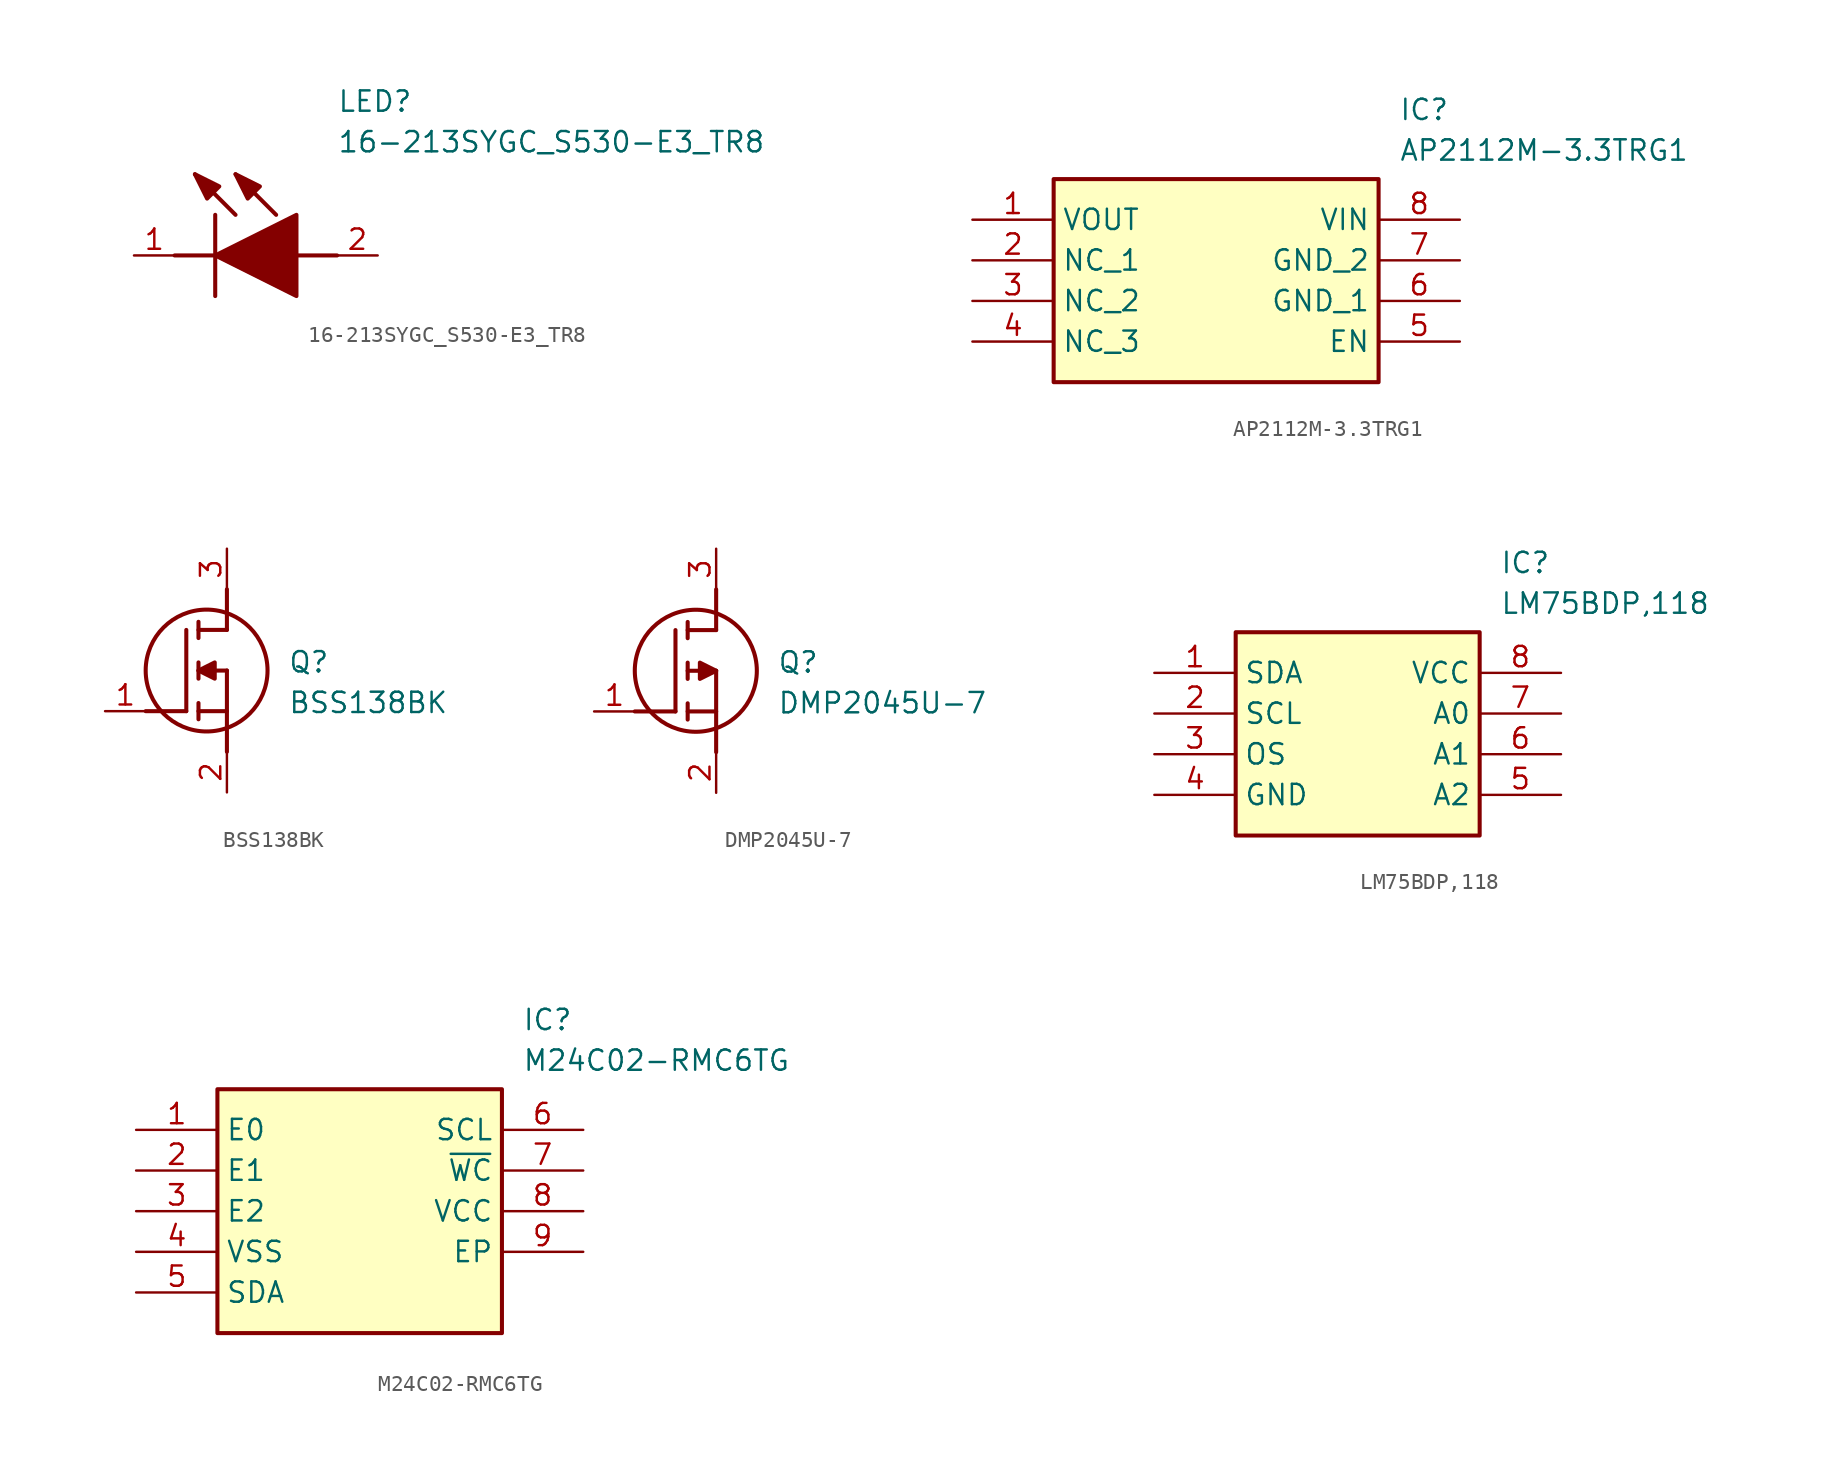
<source format=kicad_sym>
(kicad_symbol_lib
  (version 20231120)
  (generator "kicad_symbol_editor")
  (generator_version "8.0")
  (symbol "16-213SYGC_S530-E3_TR8"
    (pin_names hide)
    (property "Reference" "LED"
      (at 12.7 8.89 0)
      (effects (font (size 1.27 1.27)) (justify left bottom)))
    (property "Value" "16-213SYGC_S530-E3_TR8"
      (at 12.7 6.35 0)
      (effects (font (size 1.27 1.27)) (justify left bottom)))
    (symbol "16-213SYGC_S530-E3_TR8_1_1"
      (polyline (pts (xy 2.54 0) (xy 5.08 0)) (stroke (width 0.254) (type default)) (fill (type none)))
      (polyline (pts (xy 5.08 2.54) (xy 5.08 -2.54)) (stroke (width 0.254) (type default)) (fill (type none)))
      (polyline (pts (xy 6.35 2.54) (xy 3.81 5.08)) (stroke (width 0.254) (type default)) (fill (type none)))
      (polyline (pts (xy 8.89 2.54) (xy 6.35 5.08)) (stroke (width 0.254) (type default)) (fill (type none)))
      (polyline (pts (xy 10.16 0) (xy 12.7 0)) (stroke (width 0.254) (type default)) (fill (type none)))
      (polyline (pts (xy 5.08 0) (xy 10.16 2.54) (xy 10.16 -2.54) (xy 5.08 0)) (stroke (width 0.254) (type default)) (fill (type outline)))
      (polyline (pts (xy 5.334 4.318) (xy 4.572 3.556) (xy 3.81 5.08) (xy 5.334 4.318)) (stroke (width 0.254) (type default)) (fill (type outline)))
      (polyline (pts (xy 7.874 4.318) (xy 7.112 3.556) (xy 6.35 5.08) (xy 7.874 4.318)) (stroke (width 0.254) (type default)) (fill (type outline)))
      (pin passive line (at 0 0 0) (length 2.54) (name "K" (effects (font (size 1.27 1.27)))) (number "1" (effects (font (size 1.27 1.27)))))
      (pin passive line (at 15.24 0 180) (length 2.54) (name "A" (effects (font (size 1.27 1.27)))) (number "2" (effects (font (size 1.27 1.27)))))))
  (symbol "AP2112M-3.3TRG1"
    (property "Reference" "IC"
      (at 26.67 7.62 0)
      (effects (font (size 1.27 1.27)) (justify left top)))
    (property "Value" "AP2112M-3.3TRG1"
      (at 26.67 5.08 0)
      (effects (font (size 1.27 1.27)) (justify left top)))
    (symbol "AP2112M-3.3TRG1_1_1"
      (rectangle (start 5.08 2.54) (end 25.4 -10.16) (stroke (width 0.254) (type default)) (fill (type background)))
      (pin passive line (at 0 0 0) (length 5.08) (name "VOUT" (effects (font (size 1.27 1.27)))) (number "1" (effects (font (size 1.27 1.27)))))
      (pin passive line (at 0 -2.54 0) (length 5.08) (name "NC_1" (effects (font (size 1.27 1.27)))) (number "2" (effects (font (size 1.27 1.27)))))
      (pin passive line (at 0 -5.08 0) (length 5.08) (name "NC_2" (effects (font (size 1.27 1.27)))) (number "3" (effects (font (size 1.27 1.27)))))
      (pin passive line (at 0 -7.62 0) (length 5.08) (name "NC_3" (effects (font (size 1.27 1.27)))) (number "4" (effects (font (size 1.27 1.27)))))
      (pin passive line (at 30.48 -7.62 180) (length 5.08) (name "EN" (effects (font (size 1.27 1.27)))) (number "5" (effects (font (size 1.27 1.27)))))
      (pin passive line (at 30.48 -5.08 180) (length 5.08) (name "GND_1" (effects (font (size 1.27 1.27)))) (number "6" (effects (font (size 1.27 1.27)))))
      (pin passive line (at 30.48 -2.54 180) (length 5.08) (name "GND_2" (effects (font (size 1.27 1.27)))) (number "7" (effects (font (size 1.27 1.27)))))
      (pin passive line (at 30.48 0 180) (length 5.08) (name "VIN" (effects (font (size 1.27 1.27)))) (number "8" (effects (font (size 1.27 1.27)))))))
  (symbol "BSS138BK"
    (pin_names hide)
    (property "Reference" "Q"
      (at 11.43 3.81 0)
      (effects (font (size 1.27 1.27)) (justify left top)))
    (property "Value" "BSS138BK"
      (at 11.43 1.27 0)
      (effects (font (size 1.27 1.27)) (justify left top)))
    (polyline
      (pts (xy 7.62 2.54) (xy 7.62 -2.54))
      (stroke (width 0.254) (type default))
      (fill (type none)))
    (polyline
      (pts (xy 7.62 5.08) (xy 7.62 7.62))
      (stroke (width 0.254) (type default))
      (fill (type none)))
    (polyline
      (pts (xy 2.54 0) (xy 5.08 0))
      (stroke (width 0.254) (type default))
      (fill (type none)))
    (polyline
      (pts (xy 5.08 5.08) (xy 5.08 0))
      (stroke (width 0.254) (type default))
      (fill (type none)))
    (polyline
      (pts (xy 7.62 2.54) (xy 5.842 2.54))
      (stroke (width 0.254) (type default))
      (fill (type none)))
    (polyline
      (pts (xy 7.62 5.08) (xy 5.842 5.08))
      (stroke (width 0.254) (type default))
      (fill (type none)))
    (polyline
      (pts (xy 5.842 0) (xy 7.62 0))
      (stroke (width 0.254) (type default))
      (fill (type none)))
    (polyline
      (pts (xy 5.842 5.588) (xy 5.842 4.572))
      (stroke (width 0.254) (type default))
      (fill (type none)))
    (polyline
      (pts (xy 5.842 -0.508) (xy 5.842 0.508))
      (stroke (width 0.254) (type default))
      (fill (type none)))
    (polyline
      (pts (xy 5.842 2.032) (xy 5.842 3.048))
      (stroke (width 0.254) (type default))
      (fill (type none)))
    (circle
      (center 6.35 2.54)
      (radius 3.81)
      (stroke (width 0.254) (type default))
      (fill (type none)))
    (polyline
      (pts (xy 5.842 2.54) (xy 6.858 3.048) (xy 6.858 2.032) (xy 5.842 2.54))
      (stroke (width 0.254) (type default))
      (fill (type outline)))
    (pin passive line
      (at 0 0 0)
      (length 2.54)
      (name "G" (effects (font (size 1.27 1.27))))
      (number "1" (effects (font (size 1.27 1.27)))))
    (pin passive line
      (at 7.62 10.16 270)
      (length 2.54)
      (name "D" (effects (font (size 1.27 1.27))))
      (number "3" (effects (font (size 1.27 1.27)))))
    (pin passive line
      (at 7.62 -5.08 90)
      (length 2.54)
      (name "S" (effects (font (size 1.27 1.27))))
      (number "2" (effects (font (size 1.27 1.27))))))
  (symbol "DMP2045U-7"
    (pin_names hide)
    (property "Reference" "Q"
      (at 11.43 3.81 0)
      (effects (font (size 1.27 1.27)) (justify left top)))
    (property "Value" "DMP2045U-7"
      (at 11.43 1.27 0)
      (effects (font (size 1.27 1.27)) (justify left top)))
    (symbol "DMP2045U-7_1_1"
      (polyline (pts (xy 2.54 0) (xy 5.08 0)) (stroke (width 0.254) (type default)) (fill (type none)))
      (polyline (pts (xy 5.08 5.08) (xy 5.08 0)) (stroke (width 0.254) (type default)) (fill (type none)))
      (polyline (pts (xy 5.842 -0.508) (xy 5.842 0.508)) (stroke (width 0.254) (type default)) (fill (type none)))
      (polyline (pts (xy 5.842 0) (xy 7.62 0)) (stroke (width 0.254) (type default)) (fill (type none)))
      (polyline (pts (xy 5.842 2.032) (xy 5.842 3.048)) (stroke (width 0.254) (type default)) (fill (type none)))
      (polyline (pts (xy 5.842 5.588) (xy 5.842 4.572)) (stroke (width 0.254) (type default)) (fill (type none)))
      (polyline (pts (xy 7.62 2.54) (xy 5.842 2.54)) (stroke (width 0.254) (type default)) (fill (type none)))
      (polyline (pts (xy 7.62 2.54) (xy 7.62 -2.54)) (stroke (width 0.254) (type default)) (fill (type none)))
      (polyline (pts (xy 7.62 5.08) (xy 5.842 5.08)) (stroke (width 0.254) (type default)) (fill (type none)))
      (polyline (pts (xy 7.62 5.08) (xy 7.62 7.62)) (stroke (width 0.254) (type default)) (fill (type none)))
      (polyline (pts (xy 7.62 2.54) (xy 6.604 3.048) (xy 6.604 2.032) (xy 7.62 2.54)) (stroke (width 0.254) (type default)) (fill (type outline)))
      (circle (center 6.35 2.54) (radius 3.81) (stroke (width 0.254) (type default)) (fill (type none)))
      (pin passive line (at 0 0 0) (length 2.54) (name "G" (effects (font (size 1.27 1.27)))) (number "1" (effects (font (size 1.27 1.27)))))
      (pin passive line (at 7.62 -5.08 90) (length 2.54) (name "S" (effects (font (size 1.27 1.27)))) (number "2" (effects (font (size 1.27 1.27)))))
      (pin passive line (at 7.62 10.16 270) (length 2.54) (name "D" (effects (font (size 1.27 1.27)))) (number "3" (effects (font (size 1.27 1.27)))))))
  (symbol "LM75BDP,118"
    (property "Reference" "IC"
      (at 21.59 7.62 0)
      (effects (font (size 1.27 1.27)) (justify left top)))
    (property "Value" "LM75BDP,118"
      (at 21.59 5.08 0)
      (effects (font (size 1.27 1.27)) (justify left top)))
    (rectangle
      (start 5.08 2.54)
      (end 20.32 -10.16)
      (stroke (width 0.254) (type default))
      (fill (type background)))
    (pin passive line
      (at 0 0 0)
      (length 5.08)
      (name "SDA" (effects (font (size 1.27 1.27))))
      (number "1" (effects (font (size 1.27 1.27)))))
    (pin passive line
      (at 0 -2.54 0)
      (length 5.08)
      (name "SCL" (effects (font (size 1.27 1.27))))
      (number "2" (effects (font (size 1.27 1.27)))))
    (pin passive line
      (at 0 -5.08 0)
      (length 5.08)
      (name "OS" (effects (font (size 1.27 1.27))))
      (number "3" (effects (font (size 1.27 1.27)))))
    (pin passive line
      (at 0 -7.62 0)
      (length 5.08)
      (name "GND" (effects (font (size 1.27 1.27))))
      (number "4" (effects (font (size 1.27 1.27)))))
    (pin passive line
      (at 25.4 0 180)
      (length 5.08)
      (name "VCC" (effects (font (size 1.27 1.27))))
      (number "8" (effects (font (size 1.27 1.27)))))
    (pin passive line
      (at 25.4 -2.54 180)
      (length 5.08)
      (name "A0" (effects (font (size 1.27 1.27))))
      (number "7" (effects (font (size 1.27 1.27)))))
    (pin passive line
      (at 25.4 -5.08 180)
      (length 5.08)
      (name "A1" (effects (font (size 1.27 1.27))))
      (number "6" (effects (font (size 1.27 1.27)))))
    (pin passive line
      (at 25.4 -7.62 180)
      (length 5.08)
      (name "A2" (effects (font (size 1.27 1.27))))
      (number "5" (effects (font (size 1.27 1.27))))))
  (symbol "M24C02-RMC6TG"
    (property "Reference" "IC"
      (at 24.13 7.62 0)
      (effects (font (size 1.27 1.27)) (justify left top)))
    (property "Value" "M24C02-RMC6TG"
      (at 24.13 5.08 0)
      (effects (font (size 1.27 1.27)) (justify left top)))
    (symbol "M24C02-RMC6TG_1_1"
      (rectangle (start 5.08 2.54) (end 22.86 -12.7) (stroke (width 0.254) (type default)) (fill (type background)))
      (pin passive line (at 0 0 0) (length 5.08) (name "E0" (effects (font (size 1.27 1.27)))) (number "1" (effects (font (size 1.27 1.27)))))
      (pin passive line (at 0 -2.54 0) (length 5.08) (name "E1" (effects (font (size 1.27 1.27)))) (number "2" (effects (font (size 1.27 1.27)))))
      (pin passive line (at 0 -5.08 0) (length 5.08) (name "E2" (effects (font (size 1.27 1.27)))) (number "3" (effects (font (size 1.27 1.27)))))
      (pin passive line (at 0 -7.62 0) (length 5.08) (name "VSS" (effects (font (size 1.27 1.27)))) (number "4" (effects (font (size 1.27 1.27)))))
      (pin passive line (at 0 -10.16 0) (length 5.08) (name "SDA" (effects (font (size 1.27 1.27)))) (number "5" (effects (font (size 1.27 1.27)))))
      (pin passive line (at 27.94 0 180) (length 5.08) (name "SCL" (effects (font (size 1.27 1.27)))) (number "6" (effects (font (size 1.27 1.27)))))
      (pin passive line (at 27.94 -2.54 180) (length 5.08) (name "~{WC}" (effects (font (size 1.27 1.27)))) (number "7" (effects (font (size 1.27 1.27)))))
      (pin passive line (at 27.94 -5.08 180) (length 5.08) (name "VCC" (effects (font (size 1.27 1.27)))) (number "8" (effects (font (size 1.27 1.27)))))
      (pin passive line (at 27.94 -7.62 180) (length 5.08) (name "EP" (effects (font (size 1.27 1.27)))) (number "9" (effects (font (size 1.27 1.27))))))))
</source>
